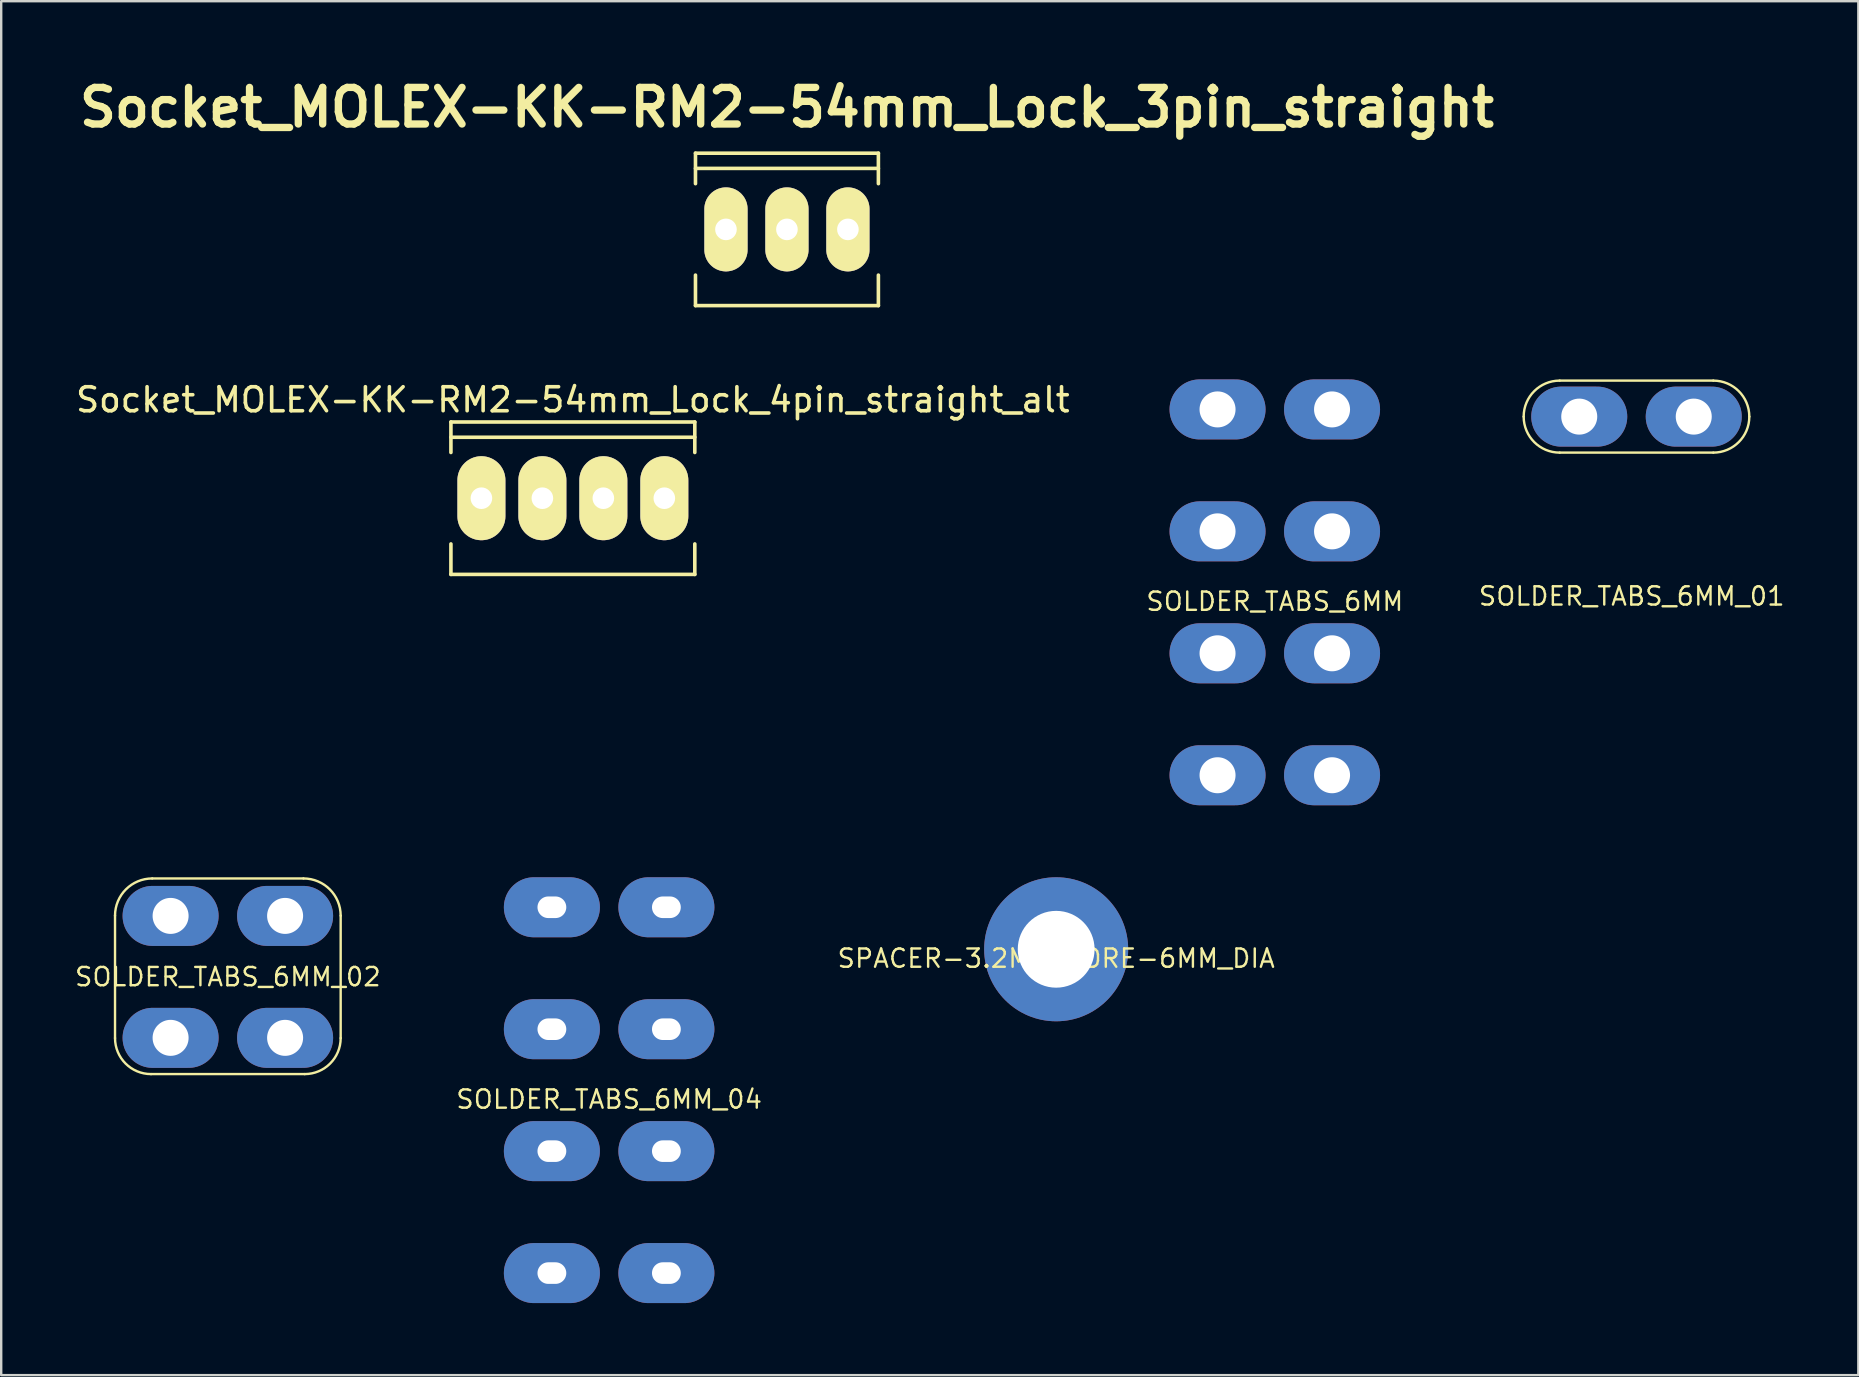
<source format=kicad_pcb>
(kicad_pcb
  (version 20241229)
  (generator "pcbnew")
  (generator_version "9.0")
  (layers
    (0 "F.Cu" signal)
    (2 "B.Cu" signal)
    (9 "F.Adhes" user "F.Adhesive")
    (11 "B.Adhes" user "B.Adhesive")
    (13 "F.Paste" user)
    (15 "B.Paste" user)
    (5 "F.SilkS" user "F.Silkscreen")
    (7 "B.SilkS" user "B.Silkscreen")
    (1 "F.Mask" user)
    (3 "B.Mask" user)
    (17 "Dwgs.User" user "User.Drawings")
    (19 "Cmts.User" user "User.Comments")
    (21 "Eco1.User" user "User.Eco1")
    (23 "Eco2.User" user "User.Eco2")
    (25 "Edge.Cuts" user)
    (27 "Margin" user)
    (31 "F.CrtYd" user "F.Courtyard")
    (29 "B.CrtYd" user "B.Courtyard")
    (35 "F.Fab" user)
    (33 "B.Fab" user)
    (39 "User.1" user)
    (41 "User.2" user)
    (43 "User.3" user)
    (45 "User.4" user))
  (footprint "SPACER-3.2MM_BORE-6MM_DIA"
    (layer "F.Cu")
    (at 40.949 36.496)
    (property "Reference" "SPACER-3.2MM_BORE-6MM_DIA" (at 0 0.381 0) (layer "F.SilkS") (effects (font (size 0.762 0.762) (thickness 0.1))))
    (attr through_hole)
    (pad "1" thru_hole circle (at 0 0) (size 6 6) (drill 3.2) (layers "*.Cu" "*.Mask")))
  (footprint "SOLDER_TABS_6MM_01"
    (layer "F.Cu")
    (at 65.125 14.306)
    (property "Reference" "SOLDER_TABS_6MM_01" (at -0.2 7.481 0) (layer "F.SilkS") (effects (font (size 0.762 0.762) (thickness 0.1))))
    (attr through_hole)
    (fp_line (start -3.2 1.5) (end 3.2 1.5) (stroke (width 0.1) (type solid)) (layer "F.SilkS"))
    (fp_line (start 3.2 -1.5) (end -3.2 -1.5) (stroke (width 0.1) (type solid)) (layer "F.SilkS"))
    (fp_arc (start -4.7 0) (mid -4.26066 -1.06066) (end -3.2 -1.5) (stroke (width 0.1) (type solid)) (layer "F.SilkS"))
    (fp_arc (start -3.2 1.5) (mid -4.26066 1.06066) (end -4.7 0) (stroke (width 0.1) (type solid)) (layer "F.SilkS"))
    (fp_arc (start 3.2 -1.5) (mid 4.26066 -1.06066) (end 4.7 0) (stroke (width 0.1) (type solid)) (layer "F.SilkS"))
    (fp_arc (start 4.7 0) (mid 4.26066 1.06066) (end 3.2 1.5) (stroke (width 0.1) (type solid)) (layer "F.SilkS"))
    (pad "1" thru_hole oval (at -2.385 0) (size 4 2.5) (drill 1.5) (layers "*.Cu" "*.Mask"))
    (pad "1" thru_hole oval (at 2.385 0) (size 4 2.5) (drill 1.5) (layers "*.Cu" "*.Mask")))
  (footprint "Socket_MOLEX-KK-RM2-54mm_Lock_4pin_straight_alt"
    (layer "F.Cu")
    (at 20.815 17.705)
    (property "Reference" "Socket_MOLEX-KK-RM2-54mm_Lock_4pin_straight_alt" (at 0 -4.1 0) (layer "F.SilkS") (effects (font (size 1 1) (thickness 0.15))))
    (attr through_hole)
    (fp_line (start -5.08 -3.175) (end 5.08 -3.175) (stroke (width 0.15) (type solid)) (layer "F.SilkS"))
    (fp_line (start -5.08 -1.905) (end -5.08 -3.175) (stroke (width 0.15) (type solid)) (layer "F.SilkS"))
    (fp_line (start -5.08 3.175) (end -5.08 1.905) (stroke (width 0.15) (type solid)) (layer "F.SilkS"))
    (fp_line (start 5.08 -3.175) (end 5.08 -1.905) (stroke (width 0.15) (type solid)) (layer "F.SilkS"))
    (fp_line (start 5.08 -2.54) (end -5.08 -2.54) (stroke (width 0.15) (type solid)) (layer "F.SilkS"))
    (fp_line (start 5.08 1.905) (end 5.08 3.175) (stroke (width 0.15) (type solid)) (layer "F.SilkS"))
    (fp_line (start 5.08 3.175) (end -5.08 3.175) (stroke (width 0.15) (type solid)) (layer "F.SilkS"))
    (pad "1" thru_hole oval (at -3.81 0) (size 2 3.5) (drill 0.9) (layers "*.Cu" "*.Mask" "F.SilkS"))
    (pad "2" thru_hole oval (at -1.27 0) (size 2 3.5) (drill 0.9) (layers "*.Cu" "*.Mask" "F.SilkS"))
    (pad "3" thru_hole oval (at 1.27 0) (size 2 3.5) (drill 0.9) (layers "*.Cu" "*.Mask" "F.SilkS"))
    (pad "4" thru_hole oval (at 3.81 0) (size 2 3.5) (drill 0.9) (layers "*.Cu" "*.Mask" "F.SilkS")))
  (footprint "SOLDER_TABS_6MM"
    (layer "F.Cu")
    (at 50.057 21.626)
    (property "Reference" "SOLDER_TABS_6MM" (at 0 0.381 0) (layer "F.SilkS") (effects (font (size 0.762 0.762) (thickness 0.1))))
    (attr through_hole)
    (pad "1" thru_hole oval (at -2.385 -7.62) (size 4 2.5) (drill 1.5) (layers "*.Cu" "*.Mask"))
    (pad "1" thru_hole oval (at 2.385 -7.62) (size 4 2.5) (drill 1.5) (layers "*.Cu" "*.Mask"))
    (pad "2" thru_hole oval (at -2.385 -2.54) (size 4 2.5) (drill 1.5) (layers "*.Cu" "*.Mask"))
    (pad "2" thru_hole oval (at 2.385 -2.54) (size 4 2.5) (drill 1.5) (layers "*.Cu" "*.Mask"))
    (pad "3" thru_hole oval (at -2.385 2.54) (size 4 2.5) (drill 1.5) (layers "*.Cu" "*.Mask"))
    (pad "3" thru_hole oval (at 2.385 2.54) (size 4 2.5) (drill 1.5) (layers "*.Cu" "*.Mask"))
    (pad "4" thru_hole oval (at -2.385 7.62) (size 4 2.5) (drill 1.5) (layers "*.Cu" "*.Mask"))
    (pad "4" thru_hole oval (at 2.385 7.62) (size 4 2.5) (drill 1.5) (layers "*.Cu" "*.Mask")))
  (footprint "SOLDER_TABS_6MM_04"
    (layer "F.Cu")
    (at 22.326 42.366)
    (property "Reference" "SOLDER_TABS_6MM_04" (at 0 0.381 0) (layer "F.SilkS") (effects (font (size 0.762 0.762) (thickness 0.1))))
    (attr through_hole)
    (pad "1" thru_hole oval (at -2.385 -7.62) (size 4 2.5) (drill oval 1.2 0.9) (layers "*.Cu" "*.Mask"))
    (pad "1" thru_hole oval (at 2.385 -7.62) (size 4 2.5) (drill oval 1.2 0.9) (layers "*.Cu" "*.Mask"))
    (pad "2" thru_hole oval (at -2.385 -2.54) (size 4 2.5) (drill oval 1.2 0.9) (layers "*.Cu" "*.Mask"))
    (pad "2" thru_hole oval (at 2.385 -2.54) (size 4 2.5) (drill oval 1.2 0.9) (layers "*.Cu" "*.Mask"))
    (pad "3" thru_hole oval (at -2.385 2.54) (size 4 2.5) (drill oval 1.2 0.9) (layers "*.Cu" "*.Mask"))
    (pad "3" thru_hole oval (at 2.385 2.54) (size 4 2.5) (drill oval 1.2 0.9) (layers "*.Cu" "*.Mask"))
    (pad "4" thru_hole oval (at -2.385 7.62) (size 4 2.5) (drill oval 1.2 0.9) (layers "*.Cu" "*.Mask"))
    (pad "4" thru_hole oval (at 2.385 7.62) (size 4 2.5) (drill oval 1.2 0.9) (layers "*.Cu" "*.Mask")))
  (footprint "Socket_MOLEX-KK-RM2-54mm_Lock_3pin_straight"
    (layer "F.Cu")
    (at 29.733 6.506)
    (property "Reference" "Socket_MOLEX-KK-RM2-54mm_Lock_3pin_straight" (at 0 -5.08 0) (layer "F.SilkS") (effects (font (size 1.524 1.524) (thickness 0.305))))
    (attr through_hole)
    (fp_line (start -3.81 -3.175) (end 3.81 -3.175) (stroke (width 0.15) (type solid)) (layer "F.SilkS"))
    (fp_line (start -3.81 -1.905) (end -3.81 -3.175) (stroke (width 0.15) (type solid)) (layer "F.SilkS"))
    (fp_line (start -3.81 3.175) (end -3.81 1.905) (stroke (width 0.15) (type solid)) (layer "F.SilkS"))
    (fp_line (start 3.81 -3.175) (end 3.81 -1.905) (stroke (width 0.15) (type solid)) (layer "F.SilkS"))
    (fp_line (start 3.81 -2.54) (end -3.81 -2.54) (stroke (width 0.15) (type solid)) (layer "F.SilkS"))
    (fp_line (start 3.81 1.905) (end 3.81 3.175) (stroke (width 0.15) (type solid)) (layer "F.SilkS"))
    (fp_line (start 3.81 3.175) (end -3.81 3.175) (stroke (width 0.15) (type solid)) (layer "F.SilkS"))
    (pad "1" thru_hole oval (at -2.54 0) (size 1.801 3.5) (drill 0.9) (layers "*.Cu" "*.Mask" "F.SilkS"))
    (pad "2" thru_hole oval (at 0 0) (size 1.801 3.5) (drill 0.9) (layers "*.Cu" "*.Mask" "F.SilkS"))
    (pad "3" thru_hole oval (at 2.54 0) (size 1.801 3.5) (drill 0.9) (layers "*.Cu" "*.Mask" "F.SilkS")))
  (footprint "SOLDER_TABS_6MM_02"
    (layer "F.Cu")
    (at 6.442 37.646)
    (property "Reference" "SOLDER_TABS_6MM_02" (at 0 0 0) (layer "F.SilkS") (effects (font (size 0.762 0.762) (thickness 0.1))))
    (attr through_hole)
    (fp_line (start -4.7 -2.55) (end -4.7 2.55) (stroke (width 0.1) (type solid)) (layer "F.SilkS"))
    (fp_line (start -3.2 4.05) (end 3.2 4.05) (stroke (width 0.1) (type solid)) (layer "F.SilkS"))
    (fp_line (start -3.15 -4.1) (end 3.15 -4.1) (stroke (width 0.1) (type solid)) (layer "F.SilkS"))
    (fp_line (start 4.7 -2.55) (end 4.7 2.55) (stroke (width 0.1) (type solid)) (layer "F.SilkS"))
    (fp_arc (start -4.7 -2.55) (mid -4.246016 -3.646016) (end -3.15 -4.1) (stroke (width 0.1) (type solid)) (layer "F.SilkS"))
    (fp_arc (start -3.2 4.05) (mid -4.26066 3.61066) (end -4.7 2.55) (stroke (width 0.1) (type solid)) (layer "F.SilkS"))
    (fp_arc (start 3.15 -4.1) (mid 4.246016 -3.646016) (end 4.7 -2.55) (stroke (width 0.1) (type solid)) (layer "F.SilkS"))
    (fp_arc (start 4.7 2.55) (mid 4.26066 3.61066) (end 3.2 4.05) (stroke (width 0.1) (type solid)) (layer "F.SilkS"))
    (pad "1" thru_hole oval (at -2.385 2.54) (size 4 2.5) (drill 1.5) (layers "*.Cu" "*.Mask"))
    (pad "1" thru_hole oval (at 2.385 2.54) (size 4 2.5) (drill 1.5) (layers "*.Cu" "*.Mask"))
    (pad "2" thru_hole oval (at -2.385 -2.54) (size 4 2.5) (drill 1.5) (layers "*.Cu" "*.Mask"))
    (pad "2" thru_hole oval (at 2.385 -2.54) (size 4 2.5) (drill 1.5) (layers "*.Cu" "*.Mask")))
  (gr_rect
    (start -3 -3)
    (end 74.367 54.236)
    (stroke (width 0.1) (type default))
    (fill no)
    (layer "Edge.Cuts")))
</source>
